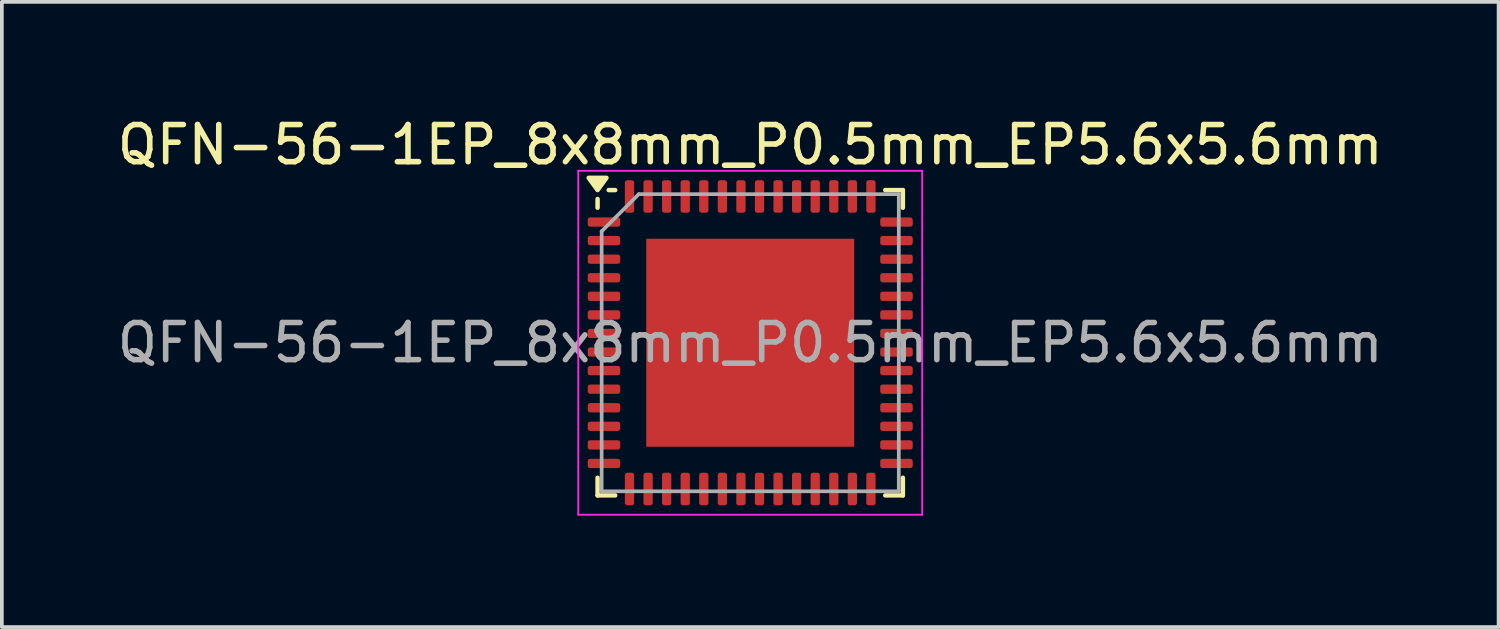
<source format=kicad_pcb>
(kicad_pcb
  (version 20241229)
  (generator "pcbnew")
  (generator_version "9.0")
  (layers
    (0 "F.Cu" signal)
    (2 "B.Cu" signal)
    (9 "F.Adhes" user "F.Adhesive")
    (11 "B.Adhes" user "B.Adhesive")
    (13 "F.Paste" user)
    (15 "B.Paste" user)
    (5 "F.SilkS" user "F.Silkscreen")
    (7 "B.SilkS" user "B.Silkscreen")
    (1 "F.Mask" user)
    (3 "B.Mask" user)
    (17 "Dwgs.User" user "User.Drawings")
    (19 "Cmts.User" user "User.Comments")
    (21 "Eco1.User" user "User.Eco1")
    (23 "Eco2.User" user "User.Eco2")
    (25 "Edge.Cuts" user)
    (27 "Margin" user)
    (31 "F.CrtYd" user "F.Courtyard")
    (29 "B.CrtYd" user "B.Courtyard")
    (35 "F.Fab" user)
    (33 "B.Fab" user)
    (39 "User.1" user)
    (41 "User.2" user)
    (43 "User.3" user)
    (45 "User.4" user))
  (footprint "QFN-56-1EP_8x8mm_P0.5mm_EP5.6x5.6mm"
    (layer "F.Cu")
    (at 17.149 6.178)
    (property "Reference" "QFN-56-1EP_8x8mm_P0.5mm_EP5.6x5.6mm" (at 0 -5.33 0) (layer "F.SilkS") (effects (font (size 1 1) (thickness 0.15))))
    (attr smd)
    (fp_line (start -4.11 -3.635) (end -4.11 -3.87) (stroke (width 0.12) (type solid)) (layer "F.SilkS"))
    (fp_line (start -4.11 4.11) (end -4.11 3.635) (stroke (width 0.12) (type solid)) (layer "F.SilkS"))
    (fp_line (start -3.635 -4.11) (end -3.81 -4.11) (stroke (width 0.12) (type solid)) (layer "F.SilkS"))
    (fp_line (start -3.635 4.11) (end -4.11 4.11) (stroke (width 0.12) (type solid)) (layer "F.SilkS"))
    (fp_line (start 3.635 -4.11) (end 4.11 -4.11) (stroke (width 0.12) (type solid)) (layer "F.SilkS"))
    (fp_line (start 3.635 4.11) (end 4.11 4.11) (stroke (width 0.12) (type solid)) (layer "F.SilkS"))
    (fp_line (start 4.11 -4.11) (end 4.11 -3.635) (stroke (width 0.12) (type solid)) (layer "F.SilkS"))
    (fp_line (start 4.11 4.11) (end 4.11 3.635) (stroke (width 0.12) (type solid)) (layer "F.SilkS"))
    (fp_poly (pts (xy -4.11 -4.11) (xy -4.35 -4.44) (xy -3.87 -4.44) (xy -4.11 -4.11)) (stroke (width 0.12) (type solid)) (fill yes) (layer "F.SilkS"))
    (fp_line (start -4.63 -4.63) (end -4.63 4.63) (stroke (width 0.05) (type solid)) (layer "F.CrtYd"))
    (fp_line (start -4.63 4.63) (end 4.63 4.63) (stroke (width 0.05) (type solid)) (layer "F.CrtYd"))
    (fp_line (start 4.63 -4.63) (end -4.63 -4.63) (stroke (width 0.05) (type solid)) (layer "F.CrtYd"))
    (fp_line (start 4.63 4.63) (end 4.63 -4.63) (stroke (width 0.05) (type solid)) (layer "F.CrtYd"))
    (fp_line (start -4 -3) (end -3 -4) (stroke (width 0.1) (type solid)) (layer "F.Fab"))
    (fp_line (start -4 4) (end -4 -3) (stroke (width 0.1) (type solid)) (layer "F.Fab"))
    (fp_line (start -3 -4) (end 4 -4) (stroke (width 0.1) (type solid)) (layer "F.Fab"))
    (fp_line (start 4 -4) (end 4 4) (stroke (width 0.1) (type solid)) (layer "F.Fab"))
    (fp_line (start 4 4) (end -4 4) (stroke (width 0.1) (type solid)) (layer "F.Fab"))
    (fp_text user "${REFERENCE}" (at 0 0 0) (layer "F.Fab") (effects (font (size 1 1) (thickness 0.15))))
    (pad "" smd roundrect (at -2.1 -2.1) (size 1.13 1.13) (layers "F.Paste") (roundrect_rratio 0.221))
    (pad "" smd roundrect (at -2.1 -0.7) (size 1.13 1.13) (layers "F.Paste") (roundrect_rratio 0.221))
    (pad "" smd roundrect (at -2.1 0.7) (size 1.13 1.13) (layers "F.Paste") (roundrect_rratio 0.221))
    (pad "" smd roundrect (at -2.1 2.1) (size 1.13 1.13) (layers "F.Paste") (roundrect_rratio 0.221))
    (pad "" smd roundrect (at -0.7 -2.1) (size 1.13 1.13) (layers "F.Paste") (roundrect_rratio 0.221))
    (pad "" smd roundrect (at -0.7 -0.7) (size 1.13 1.13) (layers "F.Paste") (roundrect_rratio 0.221))
    (pad "" smd roundrect (at -0.7 0.7) (size 1.13 1.13) (layers "F.Paste") (roundrect_rratio 0.221))
    (pad "" smd roundrect (at -0.7 2.1) (size 1.13 1.13) (layers "F.Paste") (roundrect_rratio 0.221))
    (pad "" smd roundrect (at 0.7 -2.1) (size 1.13 1.13) (layers "F.Paste") (roundrect_rratio 0.221))
    (pad "" smd roundrect (at 0.7 -0.7) (size 1.13 1.13) (layers "F.Paste") (roundrect_rratio 0.221))
    (pad "" smd roundrect (at 0.7 0.7) (size 1.13 1.13) (layers "F.Paste") (roundrect_rratio 0.221))
    (pad "" smd roundrect (at 0.7 2.1) (size 1.13 1.13) (layers "F.Paste") (roundrect_rratio 0.221))
    (pad "" smd roundrect (at 2.1 -2.1) (size 1.13 1.13) (layers "F.Paste") (roundrect_rratio 0.221))
    (pad "" smd roundrect (at 2.1 -0.7) (size 1.13 1.13) (layers "F.Paste") (roundrect_rratio 0.221))
    (pad "" smd roundrect (at 2.1 0.7) (size 1.13 1.13) (layers "F.Paste") (roundrect_rratio 0.221))
    (pad "" smd roundrect (at 2.1 2.1) (size 1.13 1.13) (layers "F.Paste") (roundrect_rratio 0.221))
    (pad "1" smd roundrect (at -3.938 -3.25) (size 0.875 0.25) (layers "F.Cu" "F.Mask" "F.Paste") (roundrect_rratio 0.25))
    (pad "2" smd roundrect (at -3.938 -2.75) (size 0.875 0.25) (layers "F.Cu" "F.Mask" "F.Paste") (roundrect_rratio 0.25))
    (pad "3" smd roundrect (at -3.938 -2.25) (size 0.875 0.25) (layers "F.Cu" "F.Mask" "F.Paste") (roundrect_rratio 0.25))
    (pad "4" smd roundrect (at -3.938 -1.75) (size 0.875 0.25) (layers "F.Cu" "F.Mask" "F.Paste") (roundrect_rratio 0.25))
    (pad "5" smd roundrect (at -3.938 -1.25) (size 0.875 0.25) (layers "F.Cu" "F.Mask" "F.Paste") (roundrect_rratio 0.25))
    (pad "6" smd roundrect (at -3.938 -0.75) (size 0.875 0.25) (layers "F.Cu" "F.Mask" "F.Paste") (roundrect_rratio 0.25))
    (pad "7" smd roundrect (at -3.938 -0.25) (size 0.875 0.25) (layers "F.Cu" "F.Mask" "F.Paste") (roundrect_rratio 0.25))
    (pad "8" smd roundrect (at -3.938 0.25) (size 0.875 0.25) (layers "F.Cu" "F.Mask" "F.Paste") (roundrect_rratio 0.25))
    (pad "9" smd roundrect (at -3.938 0.75) (size 0.875 0.25) (layers "F.Cu" "F.Mask" "F.Paste") (roundrect_rratio 0.25))
    (pad "10" smd roundrect (at -3.938 1.25) (size 0.875 0.25) (layers "F.Cu" "F.Mask" "F.Paste") (roundrect_rratio 0.25))
    (pad "11" smd roundrect (at -3.938 1.75) (size 0.875 0.25) (layers "F.Cu" "F.Mask" "F.Paste") (roundrect_rratio 0.25))
    (pad "12" smd roundrect (at -3.938 2.25) (size 0.875 0.25) (layers "F.Cu" "F.Mask" "F.Paste") (roundrect_rratio 0.25))
    (pad "13" smd roundrect (at -3.938 2.75) (size 0.875 0.25) (layers "F.Cu" "F.Mask" "F.Paste") (roundrect_rratio 0.25))
    (pad "14" smd roundrect (at -3.938 3.25) (size 0.875 0.25) (layers "F.Cu" "F.Mask" "F.Paste") (roundrect_rratio 0.25))
    (pad "15" smd roundrect (at -3.25 3.938) (size 0.25 0.875) (layers "F.Cu" "F.Mask" "F.Paste") (roundrect_rratio 0.25))
    (pad "16" smd roundrect (at -2.75 3.938) (size 0.25 0.875) (layers "F.Cu" "F.Mask" "F.Paste") (roundrect_rratio 0.25))
    (pad "17" smd roundrect (at -2.25 3.938) (size 0.25 0.875) (layers "F.Cu" "F.Mask" "F.Paste") (roundrect_rratio 0.25))
    (pad "18" smd roundrect (at -1.75 3.938) (size 0.25 0.875) (layers "F.Cu" "F.Mask" "F.Paste") (roundrect_rratio 0.25))
    (pad "19" smd roundrect (at -1.25 3.938) (size 0.25 0.875) (layers "F.Cu" "F.Mask" "F.Paste") (roundrect_rratio 0.25))
    (pad "20" smd roundrect (at -0.75 3.938) (size 0.25 0.875) (layers "F.Cu" "F.Mask" "F.Paste") (roundrect_rratio 0.25))
    (pad "21" smd roundrect (at -0.25 3.938) (size 0.25 0.875) (layers "F.Cu" "F.Mask" "F.Paste") (roundrect_rratio 0.25))
    (pad "22" smd roundrect (at 0.25 3.938) (size 0.25 0.875) (layers "F.Cu" "F.Mask" "F.Paste") (roundrect_rratio 0.25))
    (pad "23" smd roundrect (at 0.75 3.938) (size 0.25 0.875) (layers "F.Cu" "F.Mask" "F.Paste") (roundrect_rratio 0.25))
    (pad "24" smd roundrect (at 1.25 3.938) (size 0.25 0.875) (layers "F.Cu" "F.Mask" "F.Paste") (roundrect_rratio 0.25))
    (pad "25" smd roundrect (at 1.75 3.938) (size 0.25 0.875) (layers "F.Cu" "F.Mask" "F.Paste") (roundrect_rratio 0.25))
    (pad "26" smd roundrect (at 2.25 3.938) (size 0.25 0.875) (layers "F.Cu" "F.Mask" "F.Paste") (roundrect_rratio 0.25))
    (pad "27" smd roundrect (at 2.75 3.938) (size 0.25 0.875) (layers "F.Cu" "F.Mask" "F.Paste") (roundrect_rratio 0.25))
    (pad "28" smd roundrect (at 3.25 3.938) (size 0.25 0.875) (layers "F.Cu" "F.Mask" "F.Paste") (roundrect_rratio 0.25))
    (pad "29" smd roundrect (at 3.938 3.25) (size 0.875 0.25) (layers "F.Cu" "F.Mask" "F.Paste") (roundrect_rratio 0.25))
    (pad "30" smd roundrect (at 3.938 2.75) (size 0.875 0.25) (layers "F.Cu" "F.Mask" "F.Paste") (roundrect_rratio 0.25))
    (pad "31" smd roundrect (at 3.938 2.25) (size 0.875 0.25) (layers "F.Cu" "F.Mask" "F.Paste") (roundrect_rratio 0.25))
    (pad "32" smd roundrect (at 3.938 1.75) (size 0.875 0.25) (layers "F.Cu" "F.Mask" "F.Paste") (roundrect_rratio 0.25))
    (pad "33" smd roundrect (at 3.938 1.25) (size 0.875 0.25) (layers "F.Cu" "F.Mask" "F.Paste") (roundrect_rratio 0.25))
    (pad "34" smd roundrect (at 3.938 0.75) (size 0.875 0.25) (layers "F.Cu" "F.Mask" "F.Paste") (roundrect_rratio 0.25))
    (pad "35" smd roundrect (at 3.938 0.25) (size 0.875 0.25) (layers "F.Cu" "F.Mask" "F.Paste") (roundrect_rratio 0.25))
    (pad "36" smd roundrect (at 3.938 -0.25) (size 0.875 0.25) (layers "F.Cu" "F.Mask" "F.Paste") (roundrect_rratio 0.25))
    (pad "37" smd roundrect (at 3.938 -0.75) (size 0.875 0.25) (layers "F.Cu" "F.Mask" "F.Paste") (roundrect_rratio 0.25))
    (pad "38" smd roundrect (at 3.938 -1.25) (size 0.875 0.25) (layers "F.Cu" "F.Mask" "F.Paste") (roundrect_rratio 0.25))
    (pad "39" smd roundrect (at 3.938 -1.75) (size 0.875 0.25) (layers "F.Cu" "F.Mask" "F.Paste") (roundrect_rratio 0.25))
    (pad "40" smd roundrect (at 3.938 -2.25) (size 0.875 0.25) (layers "F.Cu" "F.Mask" "F.Paste") (roundrect_rratio 0.25))
    (pad "41" smd roundrect (at 3.938 -2.75) (size 0.875 0.25) (layers "F.Cu" "F.Mask" "F.Paste") (roundrect_rratio 0.25))
    (pad "42" smd roundrect (at 3.938 -3.25) (size 0.875 0.25) (layers "F.Cu" "F.Mask" "F.Paste") (roundrect_rratio 0.25))
    (pad "43" smd roundrect (at 3.25 -3.938) (size 0.25 0.875) (layers "F.Cu" "F.Mask" "F.Paste") (roundrect_rratio 0.25))
    (pad "44" smd roundrect (at 2.75 -3.938) (size 0.25 0.875) (layers "F.Cu" "F.Mask" "F.Paste") (roundrect_rratio 0.25))
    (pad "45" smd roundrect (at 2.25 -3.938) (size 0.25 0.875) (layers "F.Cu" "F.Mask" "F.Paste") (roundrect_rratio 0.25))
    (pad "46" smd roundrect (at 1.75 -3.938) (size 0.25 0.875) (layers "F.Cu" "F.Mask" "F.Paste") (roundrect_rratio 0.25))
    (pad "47" smd roundrect (at 1.25 -3.938) (size 0.25 0.875) (layers "F.Cu" "F.Mask" "F.Paste") (roundrect_rratio 0.25))
    (pad "48" smd roundrect (at 0.75 -3.938) (size 0.25 0.875) (layers "F.Cu" "F.Mask" "F.Paste") (roundrect_rratio 0.25))
    (pad "49" smd roundrect (at 0.25 -3.938) (size 0.25 0.875) (layers "F.Cu" "F.Mask" "F.Paste") (roundrect_rratio 0.25))
    (pad "50" smd roundrect (at -0.25 -3.938) (size 0.25 0.875) (layers "F.Cu" "F.Mask" "F.Paste") (roundrect_rratio 0.25))
    (pad "51" smd roundrect (at -0.75 -3.938) (size 0.25 0.875) (layers "F.Cu" "F.Mask" "F.Paste") (roundrect_rratio 0.25))
    (pad "52" smd roundrect (at -1.25 -3.938) (size 0.25 0.875) (layers "F.Cu" "F.Mask" "F.Paste") (roundrect_rratio 0.25))
    (pad "53" smd roundrect (at -1.75 -3.938) (size 0.25 0.875) (layers "F.Cu" "F.Mask" "F.Paste") (roundrect_rratio 0.25))
    (pad "54" smd roundrect (at -2.25 -3.938) (size 0.25 0.875) (layers "F.Cu" "F.Mask" "F.Paste") (roundrect_rratio 0.25))
    (pad "55" smd roundrect (at -2.75 -3.938) (size 0.25 0.875) (layers "F.Cu" "F.Mask" "F.Paste") (roundrect_rratio 0.25))
    (pad "56" smd roundrect (at -3.25 -3.938) (size 0.25 0.875) (layers "F.Cu" "F.Mask" "F.Paste") (roundrect_rratio 0.25))
    (pad "57" smd rect (at 0 0) (size 5.6 5.6) (property pad_prop_heatsink) (layers "F.Cu" "F.Mask")))
  (gr_rect
    (start -3 -3)
    (end 37.298 13.833)
    (stroke (width 0.1) (type default))
    (fill no)
    (layer "Edge.Cuts")))
</source>
